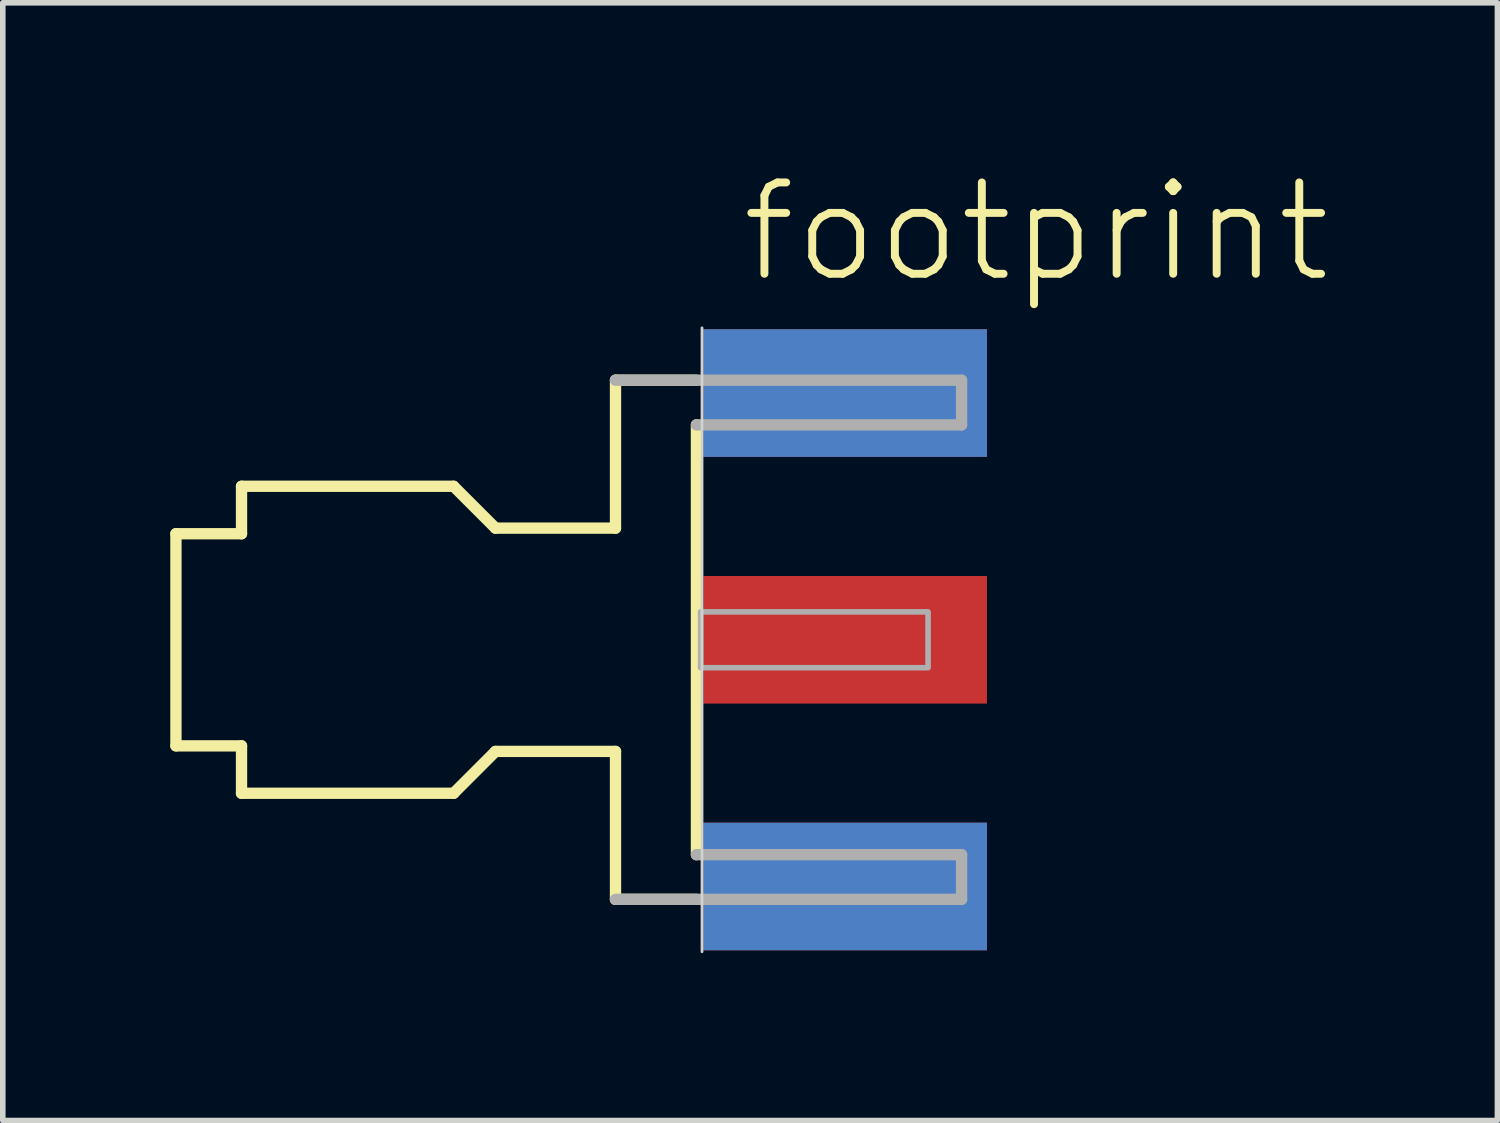
<source format=kicad_pcb>
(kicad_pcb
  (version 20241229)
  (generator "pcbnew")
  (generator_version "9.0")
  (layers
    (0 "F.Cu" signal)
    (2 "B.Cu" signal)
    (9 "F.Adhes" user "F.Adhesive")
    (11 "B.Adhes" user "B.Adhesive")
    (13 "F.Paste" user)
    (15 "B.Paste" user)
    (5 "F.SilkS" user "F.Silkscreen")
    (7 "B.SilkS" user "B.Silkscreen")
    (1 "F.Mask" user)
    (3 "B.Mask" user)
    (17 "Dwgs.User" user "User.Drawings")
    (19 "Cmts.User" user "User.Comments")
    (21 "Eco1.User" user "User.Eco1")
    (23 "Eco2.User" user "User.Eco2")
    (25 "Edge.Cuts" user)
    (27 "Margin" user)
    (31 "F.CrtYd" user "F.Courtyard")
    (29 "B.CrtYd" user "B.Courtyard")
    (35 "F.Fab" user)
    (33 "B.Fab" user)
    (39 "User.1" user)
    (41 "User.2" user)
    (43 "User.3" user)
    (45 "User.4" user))
  (footprint "footprint"
    (layer "F.Cu")
    (at 9.527 8.412)
    (property "Reference" "footprint" (at 0.635 -6.35 0) (layer "F.SilkS") (effects (font (size 1.636 1.636) (thickness 0.142)) (justify left bottom)))
    (fp_line (start -9.425 -1.9) (end -8.25 -1.9) (stroke (width 0.203) (type solid)) (layer "F.SilkS"))
    (fp_line (start -9.425 1.9) (end -9.425 -1.9) (stroke (width 0.203) (type solid)) (layer "F.SilkS"))
    (fp_line (start -8.25 -2.75) (end -4.45 -2.75) (stroke (width 0.203) (type solid)) (layer "F.SilkS"))
    (fp_line (start -8.25 -1.9) (end -8.25 -2.75) (stroke (width 0.203) (type solid)) (layer "F.SilkS"))
    (fp_line (start -8.25 1.9) (end -9.425 1.9) (stroke (width 0.203) (type solid)) (layer "F.SilkS"))
    (fp_line (start -8.25 2.75) (end -8.25 1.9) (stroke (width 0.203) (type solid)) (layer "F.SilkS"))
    (fp_line (start -4.45 -2.75) (end -3.7 -2) (stroke (width 0.203) (type solid)) (layer "F.SilkS"))
    (fp_line (start -4.45 2.75) (end -8.25 2.75) (stroke (width 0.203) (type solid)) (layer "F.SilkS"))
    (fp_line (start -3.7 -2) (end -1.55 -2) (stroke (width 0.203) (type solid)) (layer "F.SilkS"))
    (fp_line (start -3.7 2) (end -4.45 2.75) (stroke (width 0.203) (type solid)) (layer "F.SilkS"))
    (fp_line (start -1.55 -4.65) (end -0.1 -4.65) (stroke (width 0.203) (type solid)) (layer "F.SilkS"))
    (fp_line (start -1.55 -2) (end -1.55 -4.65) (stroke (width 0.203) (type solid)) (layer "F.SilkS"))
    (fp_line (start -1.55 2) (end -3.7 2) (stroke (width 0.203) (type solid)) (layer "F.SilkS"))
    (fp_line (start -1.55 4.65) (end -1.55 2) (stroke (width 0.203) (type solid)) (layer "F.SilkS"))
    (fp_line (start -0.1 3.85) (end -0.1 -3.85) (stroke (width 0.203) (type solid)) (layer "F.SilkS"))
    (fp_line (start -0.1 4.65) (end -1.55 4.65) (stroke (width 0.203) (type solid)) (layer "F.SilkS"))
    (fp_line (start 0 -5.588) (end 0 5.588) (stroke (width 0.05) (type solid)) (layer "Edge.Cuts"))
    (fp_line (start -1.55 -4.65) (end 4.65 -4.65) (stroke (width 0.203) (type solid)) (layer "F.Fab"))
    (fp_line (start -0.1 -3.85) (end 4.65 -3.85) (stroke (width 0.203) (type solid)) (layer "F.Fab"))
    (fp_line (start 4.65 -3.85) (end 4.65 -4.65) (stroke (width 0.203) (type solid)) (layer "F.Fab"))
    (fp_line (start 4.65 3.85) (end -0.1 3.85) (stroke (width 0.203) (type solid)) (layer "F.Fab"))
    (fp_line (start 4.65 4.65) (end -1.55 4.65) (stroke (width 0.203) (type solid)) (layer "F.Fab"))
    (fp_line (start 4.65 4.65) (end 4.65 3.85) (stroke (width 0.203) (type solid)) (layer "F.Fab"))
    (fp_poly (pts (xy -0.025 0.5) (xy 4.05 0.5) (xy 4.05 -0.5) (xy -0.025 -0.5)) (stroke (width 0.1) (type solid)) (fill no) (layer "F.Fab"))
    (pad "1" smd rect (at 2.565 0) (size 5.08 2.286) (layers "F.Cu" "F.Mask" "F.Paste"))
    (pad "G@1" smd rect (at 2.565 -4.42) (size 5.08 2.286) (layers "F.Cu" "F.Mask" "F.Paste"))
    (pad "G@2" smd rect (at 2.565 4.42) (size 5.08 2.286) (layers "F.Cu" "F.Mask" "F.Paste"))
    (pad "G@3" smd rect (at 2.565 -4.42) (size 5.08 2.286) (layers "B.Cu" "B.Mask" "B.Paste"))
    (pad "G@4" smd rect (at 2.565 4.42) (size 5.08 2.286) (layers "B.Cu" "B.Mask" "B.Paste")))
  (gr_rect
    (start -3 -3)
    (end 23.777 17.025)
    (stroke (width 0.1) (type default))
    (fill no)
    (layer "Edge.Cuts")))
</source>
